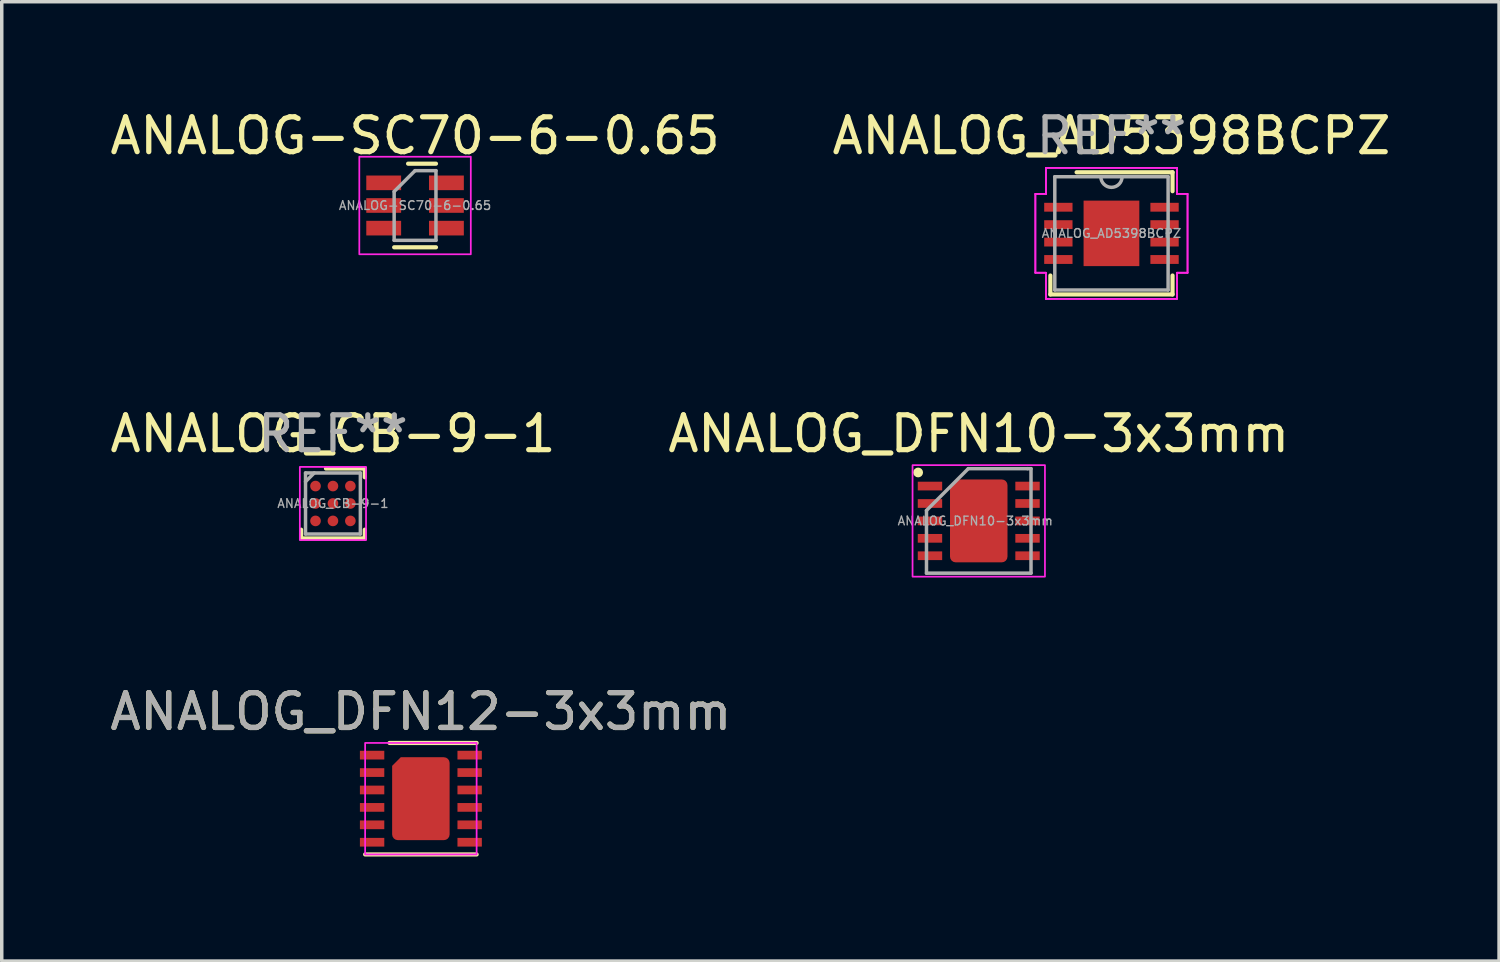
<source format=kicad_pcb>
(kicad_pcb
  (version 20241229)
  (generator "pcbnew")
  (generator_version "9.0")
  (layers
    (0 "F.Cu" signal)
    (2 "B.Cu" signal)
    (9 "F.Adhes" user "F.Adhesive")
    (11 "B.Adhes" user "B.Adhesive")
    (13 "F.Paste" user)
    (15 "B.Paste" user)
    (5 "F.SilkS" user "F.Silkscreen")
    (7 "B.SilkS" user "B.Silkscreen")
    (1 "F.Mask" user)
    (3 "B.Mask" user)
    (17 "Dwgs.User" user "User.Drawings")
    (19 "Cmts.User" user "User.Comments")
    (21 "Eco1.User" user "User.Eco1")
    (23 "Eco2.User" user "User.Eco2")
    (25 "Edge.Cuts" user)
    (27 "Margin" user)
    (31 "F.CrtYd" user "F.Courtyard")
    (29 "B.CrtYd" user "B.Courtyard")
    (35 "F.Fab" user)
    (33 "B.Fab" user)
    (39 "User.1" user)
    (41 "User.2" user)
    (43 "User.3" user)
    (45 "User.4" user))
  (footprint "ANALOG_DFN12-3x3mm"
    (layer "F.Cu")
    (at 9.03 19.874)
    (property "Reference" "ANALOG_DFN12-3x3mm" (at 0 -2.5 0) (unlocked yes) (layer "F.SilkS") (effects (font (size 1 1) (thickness 0.15))))
    (attr smd)
    (fp_line (start 1.6 -1.6) (end -0.9 -1.6) (stroke (width 0.12) (type solid)) (layer "F.SilkS"))
    (fp_line (start 1.6 1.6) (end -1.6 1.6) (stroke (width 0.12) (type solid)) (layer "F.SilkS"))
    (fp_rect (start -1.6 1.6) (end 1.6 -1.6) (stroke (width 0.05) (type solid)) (fill no) (layer "F.CrtYd"))
    (fp_text user "${REFERENCE}" (at 0 -2.5 0) (unlocked yes) (layer "F.Fab") (effects (font (size 1 1) (thickness 0.15))))
    (pad "1" smd rect (at -1.4 -1.25) (size 0.7 0.25) (layers "F.Cu" "F.Mask" "F.Paste"))
    (pad "2" smd rect (at -1.4 -0.75) (size 0.7 0.25) (layers "F.Cu" "F.Mask" "F.Paste"))
    (pad "3" smd rect (at -1.4 -0.25) (size 0.7 0.25) (layers "F.Cu" "F.Mask" "F.Paste"))
    (pad "4" smd rect (at -1.4 0.25) (size 0.7 0.25) (layers "F.Cu" "F.Mask" "F.Paste"))
    (pad "5" smd rect (at -1.4 0.75) (size 0.7 0.25) (layers "F.Cu" "F.Mask" "F.Paste"))
    (pad "6" smd rect (at -1.4 1.25) (size 0.7 0.25) (layers "F.Cu" "F.Mask" "F.Paste"))
    (pad "7" smd rect (at 1.4 1.25) (size 0.7 0.25) (layers "F.Cu" "F.Mask" "F.Paste"))
    (pad "8" smd rect (at 1.4 0.75) (size 0.7 0.25) (layers "F.Cu" "F.Mask" "F.Paste"))
    (pad "9" smd rect (at 1.4 0.25) (size 0.7 0.25) (layers "F.Cu" "F.Mask" "F.Paste"))
    (pad "10" smd rect (at 1.4 -0.25) (size 0.7 0.25) (layers "F.Cu" "F.Mask" "F.Paste"))
    (pad "11" smd rect (at 1.4 -0.75) (size 0.7 0.25) (layers "F.Cu" "F.Mask" "F.Paste"))
    (pad "12" smd rect (at 1.4 -1.25) (size 0.7 0.25) (layers "F.Cu" "F.Mask" "F.Paste"))
    (pad "13" smd roundrect (at 0 0) (size 1.65 2.38) (layers "F.Cu" "F.Mask" "F.Paste") (roundrect_rratio 0.1) (chamfer_ratio 0.15) (chamfer top_left)))
  (footprint "ANALOG_AD5398BCPZ"
    (layer "F.Cu")
    (at 28.851 3.648)
    (property "Reference" "ANALOG_AD5398BCPZ" (at 0 -2.8 0) (layer "F.SilkS") (effects (font (size 1 1) (thickness 0.15))))
    (attr smd)
    (fp_line (start -1.753 1.21) (end -1.753 1.753) (stroke (width 0.12) (type solid)) (layer "F.SilkS"))
    (fp_line (start -1.753 1.753) (end 1.753 1.753) (stroke (width 0.12) (type solid)) (layer "F.SilkS"))
    (fp_line (start 1.753 -1.753) (end -1 -1.753) (stroke (width 0.12) (type solid)) (layer "F.SilkS"))
    (fp_line (start 1.753 -1.21) (end 1.753 -1.753) (stroke (width 0.12) (type solid)) (layer "F.SilkS"))
    (fp_line (start 1.753 1.753) (end 1.753 1.21) (stroke (width 0.12) (type solid)) (layer "F.SilkS"))
    (fp_line (start -2.184 -1.131) (end -1.88 -1.131) (stroke (width 0.05) (type solid)) (layer "F.CrtYd"))
    (fp_line (start -2.184 -1.131) (end -1.88 -1.131) (stroke (width 0.05) (type solid)) (layer "F.CrtYd"))
    (fp_line (start -2.184 1.131) (end -2.184 -1.131) (stroke (width 0.05) (type solid)) (layer "F.CrtYd"))
    (fp_line (start -2.184 1.131) (end -2.184 -1.131) (stroke (width 0.05) (type solid)) (layer "F.CrtYd"))
    (fp_line (start -2.184 1.131) (end -1.88 1.131) (stroke (width 0.05) (type solid)) (layer "F.CrtYd"))
    (fp_line (start -1.88 -1.88) (end 1.88 -1.88) (stroke (width 0.05) (type solid)) (layer "F.CrtYd"))
    (fp_line (start -1.88 -1.88) (end 1.88 -1.88) (stroke (width 0.05) (type solid)) (layer "F.CrtYd"))
    (fp_line (start -1.88 -1.131) (end -1.88 -1.88) (stroke (width 0.05) (type solid)) (layer "F.CrtYd"))
    (fp_line (start -1.88 -1.131) (end -1.88 -1.88) (stroke (width 0.05) (type solid)) (layer "F.CrtYd"))
    (fp_line (start -1.88 1.131) (end -2.184 1.131) (stroke (width 0.05) (type solid)) (layer "F.CrtYd"))
    (fp_line (start -1.88 1.88) (end -1.88 1.131) (stroke (width 0.05) (type solid)) (layer "F.CrtYd"))
    (fp_line (start -1.88 1.88) (end -1.88 1.131) (stroke (width 0.05) (type solid)) (layer "F.CrtYd"))
    (fp_line (start 1.88 -1.88) (end 1.88 -1.131) (stroke (width 0.05) (type solid)) (layer "F.CrtYd"))
    (fp_line (start 1.88 -1.88) (end 1.88 -1.131) (stroke (width 0.05) (type solid)) (layer "F.CrtYd"))
    (fp_line (start 1.88 -1.131) (end 2.184 -1.131) (stroke (width 0.05) (type solid)) (layer "F.CrtYd"))
    (fp_line (start 1.88 1.131) (end 1.88 1.88) (stroke (width 0.05) (type solid)) (layer "F.CrtYd"))
    (fp_line (start 1.88 1.131) (end 1.88 1.88) (stroke (width 0.05) (type solid)) (layer "F.CrtYd"))
    (fp_line (start 1.88 1.88) (end -1.88 1.88) (stroke (width 0.05) (type solid)) (layer "F.CrtYd"))
    (fp_line (start 1.88 1.88) (end -1.88 1.88) (stroke (width 0.05) (type solid)) (layer "F.CrtYd"))
    (fp_line (start 2.184 -1.131) (end 1.88 -1.131) (stroke (width 0.05) (type solid)) (layer "F.CrtYd"))
    (fp_line (start 2.184 -1.131) (end 2.184 1.131) (stroke (width 0.05) (type solid)) (layer "F.CrtYd"))
    (fp_line (start 2.184 -1.131) (end 2.184 1.131) (stroke (width 0.05) (type solid)) (layer "F.CrtYd"))
    (fp_line (start 2.184 1.131) (end 1.88 1.131) (stroke (width 0.05) (type solid)) (layer "F.CrtYd"))
    (fp_line (start 2.184 1.131) (end 1.88 1.131) (stroke (width 0.05) (type solid)) (layer "F.CrtYd"))
    (fp_line (start -1.626 -1.626) (end -1.626 1.626) (stroke (width 0.1) (type solid)) (layer "F.Fab"))
    (fp_line (start -1.626 1.626) (end 1.626 1.626) (stroke (width 0.1) (type solid)) (layer "F.Fab"))
    (fp_line (start 1.626 -1.626) (end -1.626 -1.626) (stroke (width 0.1) (type solid)) (layer "F.Fab"))
    (fp_line (start 1.626 1.626) (end 1.626 -1.626) (stroke (width 0.1) (type solid)) (layer "F.Fab"))
    (fp_arc (start 0.3048 -1.6256) (mid 0 -1.3208) (end -0.3048 -1.6256) (stroke (width 0.1) (type solid)) (layer "F.Fab"))
    (fp_text user "REF**" (at 0 -2.8 0) (unlocked yes) (layer "F.Fab") (effects (font (size 1 1) (thickness 0.15))))
    (fp_text user "${REFERENCE}" (at 0 0 0) (unlocked yes) (layer "F.Fab") (effects (font (size 0.25 0.25) (thickness 0.04))))
    (pad "1" smd rect (at -1.524 -0.75) (size 0.813 0.254) (layers "F.Cu" "F.Mask" "F.Paste"))
    (pad "2" smd rect (at -1.524 -0.25) (size 0.813 0.254) (layers "F.Cu" "F.Mask" "F.Paste"))
    (pad "3" smd rect (at -1.524 0.25) (size 0.813 0.254) (layers "F.Cu" "F.Mask" "F.Paste"))
    (pad "4" smd rect (at -1.524 0.75) (size 0.813 0.254) (layers "F.Cu" "F.Mask" "F.Paste"))
    (pad "5" smd rect (at 1.524 0.75) (size 0.813 0.254) (layers "F.Cu" "F.Mask" "F.Paste"))
    (pad "6" smd rect (at 1.524 0.25) (size 0.813 0.254) (layers "F.Cu" "F.Mask" "F.Paste"))
    (pad "7" smd rect (at 1.524 -0.25) (size 0.813 0.254) (layers "F.Cu" "F.Mask" "F.Paste"))
    (pad "8" smd rect (at 1.524 -0.75) (size 0.813 0.254) (layers "F.Cu" "F.Mask" "F.Paste"))
    (pad "9" smd rect (at 0 0) (size 1.6 1.88) (layers "F.Cu" "F.Mask" "F.Paste")))
  (footprint "ANALOG_CB-9-1"
    (layer "F.Cu")
    (at 6.506 11.401)
    (property "Reference" "ANALOG_CB-9-1" (at 0 -2 0) (layer "F.SilkS") (effects (font (size 1 1) (thickness 0.15))))
    (attr through_hole)
    (fp_line (start -0.914 0.752) (end -0.914 1.003) (stroke (width 0.12) (type solid)) (layer "F.SilkS"))
    (fp_line (start -0.914 1.003) (end 0.914 1.003) (stroke (width 0.12) (type solid)) (layer "F.SilkS"))
    (fp_line (start 0.914 -1.003) (end -0.2 -1.003) (stroke (width 0.12) (type solid)) (layer "F.SilkS"))
    (fp_line (start 0.914 -0.752) (end 0.914 -1.003) (stroke (width 0.12) (type solid)) (layer "F.SilkS"))
    (fp_line (start 0.914 1.003) (end 0.914 0.752) (stroke (width 0.12) (type solid)) (layer "F.SilkS"))
    (fp_rect (start -0.95 -1.05) (end 0.95 1.05) (stroke (width 0.05) (type solid)) (fill no) (layer "F.CrtYd"))
    (fp_line (start -0.787 -0.876) (end -0.787 0.876) (stroke (width 0.1) (type solid)) (layer "F.Fab"))
    (fp_line (start -0.787 0.876) (end 0.787 0.876) (stroke (width 0.1) (type solid)) (layer "F.Fab"))
    (fp_line (start -0.537 -0.876) (end -0.787 -0.626) (stroke (width 0.1) (type solid)) (layer "F.Fab"))
    (fp_line (start 0.787 -0.876) (end -0.787 -0.876) (stroke (width 0.1) (type solid)) (layer "F.Fab"))
    (fp_line (start 0.787 0.876) (end 0.787 -0.876) (stroke (width 0.1) (type solid)) (layer "F.Fab"))
    (fp_text user "${REFERENCE}" (at 0 0 0) (unlocked yes) (layer "F.Fab") (effects (font (size 0.25 0.25) (thickness 0.04))))
    (fp_text user "REF**" (at 0 -2 0) (unlocked yes) (layer "F.Fab") (effects (font (size 1 1) (thickness 0.15))))
    (pad "A1" smd circle (at -0.5 -0.5) (size 0.305 0.305) (layers "F.Cu" "F.Mask" "F.Paste"))
    (pad "A2" smd circle (at 0 -0.5) (size 0.305 0.305) (layers "F.Cu" "F.Mask" "F.Paste"))
    (pad "A3" smd circle (at 0.5 -0.5) (size 0.305 0.305) (layers "F.Cu" "F.Mask" "F.Paste"))
    (pad "B1" smd circle (at -0.5 0) (size 0.305 0.305) (layers "F.Cu" "F.Mask" "F.Paste"))
    (pad "B2" smd circle (at 0 0) (size 0.305 0.305) (layers "F.Cu" "F.Mask" "F.Paste"))
    (pad "B3" smd circle (at 0.5 0) (size 0.305 0.305) (layers "F.Cu" "F.Mask" "F.Paste"))
    (pad "C1" smd circle (at -0.5 0.5) (size 0.305 0.305) (layers "F.Cu" "F.Mask" "F.Paste"))
    (pad "C2" smd circle (at 0 0.5) (size 0.305 0.305) (layers "F.Cu" "F.Mask" "F.Paste"))
    (pad "C3" smd circle (at 0.5 0.5) (size 0.305 0.305) (layers "F.Cu" "F.Mask" "F.Paste")))
  (footprint "ANALOG-SC70-6-0.65"
    (layer "F.Cu")
    (at 8.863 2.848)
    (property "Reference" "ANALOG-SC70-6-0.65" (at 0 -2 0) (unlocked yes) (layer "F.SilkS") (effects (font (size 1 1) (thickness 0.15))))
    (attr smd)
    (fp_line (start -0.2 -1.2) (end 0.6 -1.2) (stroke (width 0.12) (type default)) (layer "F.SilkS"))
    (fp_line (start 0.6 1.2) (end -0.6 1.2) (stroke (width 0.12) (type default)) (layer "F.SilkS"))
    (fp_rect (start -1.6 1.4) (end 1.6 -1.4) (stroke (width 0.05) (type default)) (fill no) (layer "F.CrtYd"))
    (fp_line (start -0.6 -0.4) (end 0 -1) (stroke (width 0.1) (type default)) (layer "F.Fab"))
    (fp_line (start -0.6 1) (end -0.6 -0.4) (stroke (width 0.1) (type default)) (layer "F.Fab"))
    (fp_line (start 0 -1) (end 0.6 -1) (stroke (width 0.1) (type default)) (layer "F.Fab"))
    (fp_line (start 0.6 -1) (end 0.6 1) (stroke (width 0.1) (type default)) (layer "F.Fab"))
    (fp_line (start 0.6 1) (end -0.6 1) (stroke (width 0.1) (type default)) (layer "F.Fab"))
    (fp_text user "${REFERENCE}" (at 0 0 0) (unlocked yes) (layer "F.Fab") (effects (font (size 0.25 0.25) (thickness 0.04))))
    (pad "1" smd rect (at -0.9 -0.65 90) (size 0.42 1) (layers "F.Cu" "F.Mask" "F.Paste"))
    (pad "2" smd rect (at -0.9 0 90) (size 0.42 1) (layers "F.Cu" "F.Mask" "F.Paste"))
    (pad "3" smd rect (at -0.9 0.65 90) (size 0.42 1) (layers "F.Cu" "F.Mask" "F.Paste"))
    (pad "4" smd rect (at 0.9 0.65 90) (size 0.42 1) (layers "F.Cu" "F.Mask" "F.Paste"))
    (pad "5" smd rect (at 0.9 0 90) (size 0.42 1) (layers "F.Cu" "F.Mask" "F.Paste"))
    (pad "6" smd rect (at 0.9 -0.65 90) (size 0.42 1) (layers "F.Cu" "F.Mask" "F.Paste")))
  (footprint "ANALOG_DFN10-3x3mm"
    (layer "F.Cu")
    (at 25.042 11.901)
    (property "Reference" "ANALOG_DFN10-3x3mm" (at 0 -2.5 0) (unlocked yes) (layer "F.SilkS") (effects (font (size 1 1) (thickness 0.15))))
    (attr smd)
    (fp_circle (center -1.74 -1.39) (end -1.74 -1.39) (stroke (width 0.12) (type default)) (fill no) (layer "F.SilkS"))
    (fp_circle (center -1.74 -1.39) (end -1.66 -1.38) (stroke (width 0.12) (type default)) (fill no) (layer "F.SilkS"))
    (fp_rect (start -1.9 1.6) (end 1.9 -1.6) (stroke (width 0.05) (type solid)) (fill no) (layer "F.CrtYd"))
    (fp_line (start -1.5 -0.3) (end -0.3 -1.5) (stroke (width 0.1) (type default)) (layer "F.Fab"))
    (fp_line (start -1.5 1.5) (end -1.5 -0.3) (stroke (width 0.1) (type default)) (layer "F.Fab"))
    (fp_line (start -0.3 -1.5) (end 1.4 -1.5) (stroke (width 0.1) (type default)) (layer "F.Fab"))
    (fp_line (start 1.4 -1.5) (end 1.5 -1.5) (stroke (width 0.1) (type default)) (layer "F.Fab"))
    (fp_line (start 1.5 -1.5) (end 1.5 1.5) (stroke (width 0.1) (type default)) (layer "F.Fab"))
    (fp_line (start 1.5 1.5) (end -1.5 1.5) (stroke (width 0.1) (type default)) (layer "F.Fab"))
    (fp_text user "${REFERENCE}" (at -0.1 0 0) (unlocked yes) (layer "F.Fab") (effects (font (size 0.25 0.25) (thickness 0.04))))
    (pad "1" smd rect (at -1.4 -1) (size 0.7 0.25) (layers "F.Cu" "F.Mask" "F.Paste"))
    (pad "2" smd rect (at -1.4 -0.5) (size 0.7 0.25) (layers "F.Cu" "F.Mask" "F.Paste"))
    (pad "3" smd rect (at -1.4 0) (size 0.7 0.25) (layers "F.Cu" "F.Mask" "F.Paste"))
    (pad "4" smd rect (at -1.4 0.5) (size 0.7 0.25) (layers "F.Cu" "F.Mask" "F.Paste"))
    (pad "5" smd rect (at -1.4 1) (size 0.7 0.25) (layers "F.Cu" "F.Mask" "F.Paste"))
    (pad "6" smd rect (at 1.4 1) (size 0.7 0.25) (layers "F.Cu" "F.Mask" "F.Paste"))
    (pad "7" smd rect (at 1.4 0.5) (size 0.7 0.25) (layers "F.Cu" "F.Mask" "F.Paste"))
    (pad "8" smd rect (at 1.4 0) (size 0.7 0.25) (layers "F.Cu" "F.Mask" "F.Paste"))
    (pad "9" smd rect (at 1.4 -0.5) (size 0.7 0.25) (layers "F.Cu" "F.Mask" "F.Paste"))
    (pad "10" smd rect (at 1.4 -1) (size 0.7 0.25) (layers "F.Cu" "F.Mask" "F.Paste"))
    (pad "11" smd roundrect (at 0 0) (size 1.65 2.38) (layers "F.Cu" "F.Mask" "F.Paste") (roundrect_rratio 0.1) (chamfer_ratio 0.15) (chamfer top_left)))
  (gr_rect
    (start -3 -3)
    (end 39.976 24.534)
    (stroke (width 0.1) (type default))
    (fill no)
    (layer "Edge.Cuts")))
</source>
